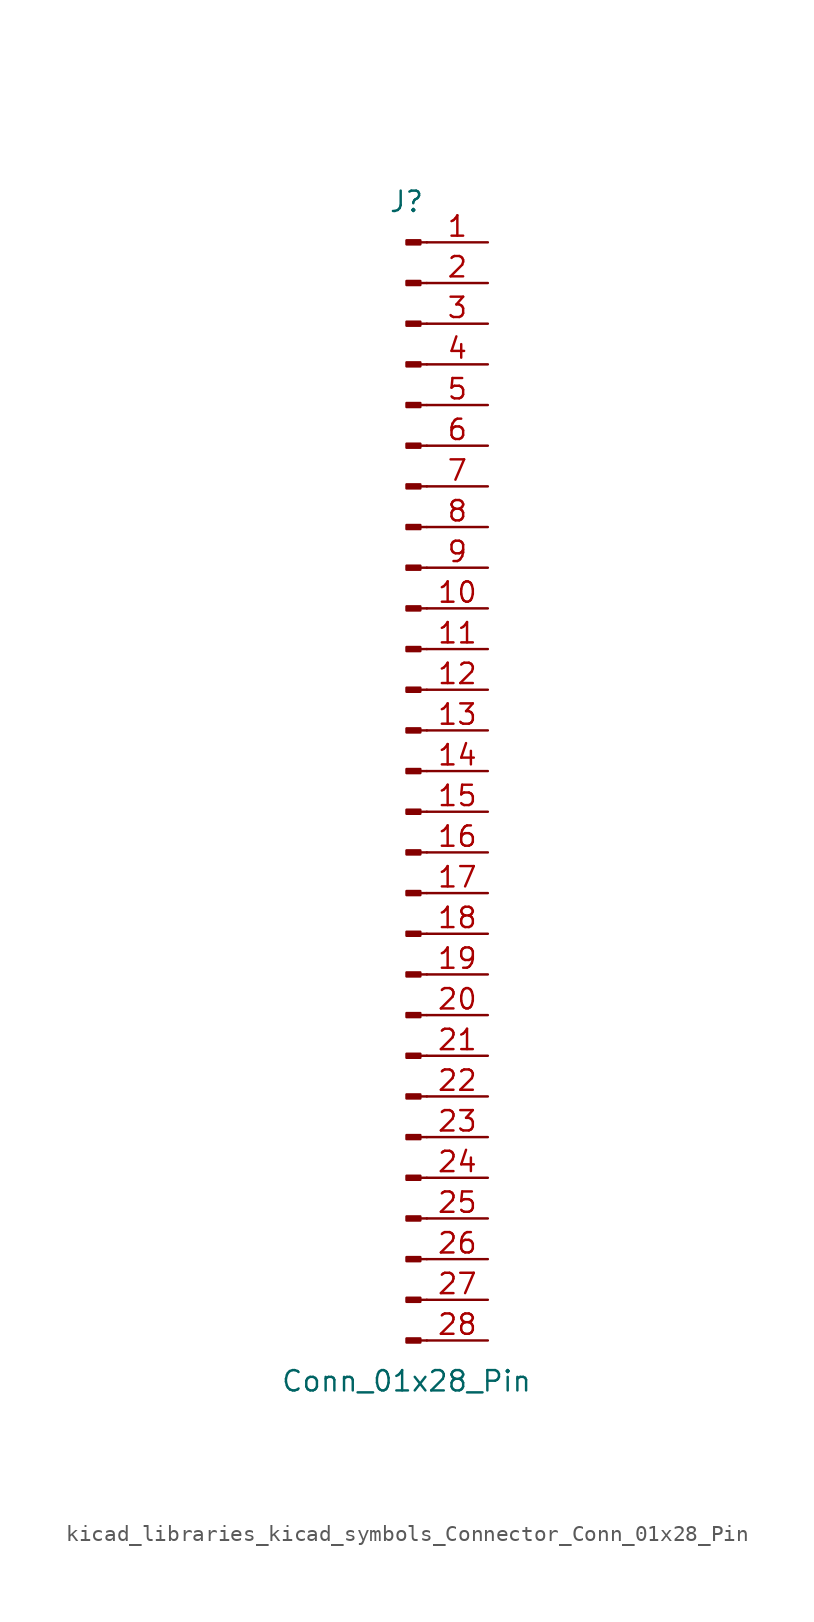
<source format=kicad_sym>
(kicad_symbol_lib
  (version 20220914)
  (generator kicad_symbol_editor)
  (symbol "kicad_libraries_kicad_symbols_Connector_Conn_01x28_Pin"
    (pin_names
      (offset 1.016) hide)
    (property "Reference" "J"
      (at 0 35.56 0)
      (effects (font (size 1.27 1.27))))
    (property "Value" "Conn_01x28_Pin"
      (at 0 -38.1 0)
      (effects (font (size 1.27 1.27))))
    (property "ki_locked" ""
      (at 0 0 0)
      (effects (font (size 1.27 1.27))))
    (symbol "kicad_libraries_kicad_symbols_Connector_Conn_01x28_Pin_1_1"
      (polyline (pts (xy 1.27 -35.56) (xy 0.864 -35.56)) (stroke (width 0.152) (type default)) (fill (type none)))
      (polyline (pts (xy 1.27 -33.02) (xy 0.864 -33.02)) (stroke (width 0.152) (type default)) (fill (type none)))
      (polyline (pts (xy 1.27 -30.48) (xy 0.864 -30.48)) (stroke (width 0.152) (type default)) (fill (type none)))
      (polyline (pts (xy 1.27 -27.94) (xy 0.864 -27.94)) (stroke (width 0.152) (type default)) (fill (type none)))
      (polyline (pts (xy 1.27 -25.4) (xy 0.864 -25.4)) (stroke (width 0.152) (type default)) (fill (type none)))
      (polyline (pts (xy 1.27 -22.86) (xy 0.864 -22.86)) (stroke (width 0.152) (type default)) (fill (type none)))
      (polyline (pts (xy 1.27 -20.32) (xy 0.864 -20.32)) (stroke (width 0.152) (type default)) (fill (type none)))
      (polyline (pts (xy 1.27 -17.78) (xy 0.864 -17.78)) (stroke (width 0.152) (type default)) (fill (type none)))
      (polyline (pts (xy 1.27 -15.24) (xy 0.864 -15.24)) (stroke (width 0.152) (type default)) (fill (type none)))
      (polyline (pts (xy 1.27 -12.7) (xy 0.864 -12.7)) (stroke (width 0.152) (type default)) (fill (type none)))
      (polyline (pts (xy 1.27 -10.16) (xy 0.864 -10.16)) (stroke (width 0.152) (type default)) (fill (type none)))
      (polyline (pts (xy 1.27 -7.62) (xy 0.864 -7.62)) (stroke (width 0.152) (type default)) (fill (type none)))
      (polyline (pts (xy 1.27 -5.08) (xy 0.864 -5.08)) (stroke (width 0.152) (type default)) (fill (type none)))
      (polyline (pts (xy 1.27 -2.54) (xy 0.864 -2.54)) (stroke (width 0.152) (type default)) (fill (type none)))
      (polyline (pts (xy 1.27 0) (xy 0.864 0)) (stroke (width 0.152) (type default)) (fill (type none)))
      (polyline (pts (xy 1.27 2.54) (xy 0.864 2.54)) (stroke (width 0.152) (type default)) (fill (type none)))
      (polyline (pts (xy 1.27 5.08) (xy 0.864 5.08)) (stroke (width 0.152) (type default)) (fill (type none)))
      (polyline (pts (xy 1.27 7.62) (xy 0.864 7.62)) (stroke (width 0.152) (type default)) (fill (type none)))
      (polyline (pts (xy 1.27 10.16) (xy 0.864 10.16)) (stroke (width 0.152) (type default)) (fill (type none)))
      (polyline (pts (xy 1.27 12.7) (xy 0.864 12.7)) (stroke (width 0.152) (type default)) (fill (type none)))
      (polyline (pts (xy 1.27 15.24) (xy 0.864 15.24)) (stroke (width 0.152) (type default)) (fill (type none)))
      (polyline (pts (xy 1.27 17.78) (xy 0.864 17.78)) (stroke (width 0.152) (type default)) (fill (type none)))
      (polyline (pts (xy 1.27 20.32) (xy 0.864 20.32)) (stroke (width 0.152) (type default)) (fill (type none)))
      (polyline (pts (xy 1.27 22.86) (xy 0.864 22.86)) (stroke (width 0.152) (type default)) (fill (type none)))
      (polyline (pts (xy 1.27 25.4) (xy 0.864 25.4)) (stroke (width 0.152) (type default)) (fill (type none)))
      (polyline (pts (xy 1.27 27.94) (xy 0.864 27.94)) (stroke (width 0.152) (type default)) (fill (type none)))
      (polyline (pts (xy 1.27 30.48) (xy 0.864 30.48)) (stroke (width 0.152) (type default)) (fill (type none)))
      (polyline (pts (xy 1.27 33.02) (xy 0.864 33.02)) (stroke (width 0.152) (type default)) (fill (type none)))
      (rectangle (start 0.864 -35.433) (end 0 -35.687) (stroke (width 0.152) (type default)) (fill (type outline)))
      (rectangle (start 0.864 -32.893) (end 0 -33.147) (stroke (width 0.152) (type default)) (fill (type outline)))
      (rectangle (start 0.864 -30.353) (end 0 -30.607) (stroke (width 0.152) (type default)) (fill (type outline)))
      (rectangle (start 0.864 -27.813) (end 0 -28.067) (stroke (width 0.152) (type default)) (fill (type outline)))
      (rectangle (start 0.864 -25.273) (end 0 -25.527) (stroke (width 0.152) (type default)) (fill (type outline)))
      (rectangle (start 0.864 -22.733) (end 0 -22.987) (stroke (width 0.152) (type default)) (fill (type outline)))
      (rectangle (start 0.864 -20.193) (end 0 -20.447) (stroke (width 0.152) (type default)) (fill (type outline)))
      (rectangle (start 0.864 -17.653) (end 0 -17.907) (stroke (width 0.152) (type default)) (fill (type outline)))
      (rectangle (start 0.864 -15.113) (end 0 -15.367) (stroke (width 0.152) (type default)) (fill (type outline)))
      (rectangle (start 0.864 -12.573) (end 0 -12.827) (stroke (width 0.152) (type default)) (fill (type outline)))
      (rectangle (start 0.864 -10.033) (end 0 -10.287) (stroke (width 0.152) (type default)) (fill (type outline)))
      (rectangle (start 0.864 -7.493) (end 0 -7.747) (stroke (width 0.152) (type default)) (fill (type outline)))
      (rectangle (start 0.864 -4.953) (end 0 -5.207) (stroke (width 0.152) (type default)) (fill (type outline)))
      (rectangle (start 0.864 -2.413) (end 0 -2.667) (stroke (width 0.152) (type default)) (fill (type outline)))
      (rectangle (start 0.864 0.127) (end 0 -0.127) (stroke (width 0.152) (type default)) (fill (type outline)))
      (rectangle (start 0.864 2.667) (end 0 2.413) (stroke (width 0.152) (type default)) (fill (type outline)))
      (rectangle (start 0.864 5.207) (end 0 4.953) (stroke (width 0.152) (type default)) (fill (type outline)))
      (rectangle (start 0.864 7.747) (end 0 7.493) (stroke (width 0.152) (type default)) (fill (type outline)))
      (rectangle (start 0.864 10.287) (end 0 10.033) (stroke (width 0.152) (type default)) (fill (type outline)))
      (rectangle (start 0.864 12.827) (end 0 12.573) (stroke (width 0.152) (type default)) (fill (type outline)))
      (rectangle (start 0.864 15.367) (end 0 15.113) (stroke (width 0.152) (type default)) (fill (type outline)))
      (rectangle (start 0.864 17.907) (end 0 17.653) (stroke (width 0.152) (type default)) (fill (type outline)))
      (rectangle (start 0.864 20.447) (end 0 20.193) (stroke (width 0.152) (type default)) (fill (type outline)))
      (rectangle (start 0.864 22.987) (end 0 22.733) (stroke (width 0.152) (type default)) (fill (type outline)))
      (rectangle (start 0.864 25.527) (end 0 25.273) (stroke (width 0.152) (type default)) (fill (type outline)))
      (rectangle (start 0.864 28.067) (end 0 27.813) (stroke (width 0.152) (type default)) (fill (type outline)))
      (rectangle (start 0.864 30.607) (end 0 30.353) (stroke (width 0.152) (type default)) (fill (type outline)))
      (rectangle (start 0.864 33.147) (end 0 32.893) (stroke (width 0.152) (type default)) (fill (type outline)))
      (pin passive line (at 5.08 33.02 180) (length 3.81) (name "Pin_1" (effects (font (size 1.27 1.27)))) (number "1" (effects (font (size 1.27 1.27)))))
      (pin passive line (at 5.08 10.16 180) (length 3.81) (name "Pin_10" (effects (font (size 1.27 1.27)))) (number "10" (effects (font (size 1.27 1.27)))))
      (pin passive line (at 5.08 7.62 180) (length 3.81) (name "Pin_11" (effects (font (size 1.27 1.27)))) (number "11" (effects (font (size 1.27 1.27)))))
      (pin passive line (at 5.08 5.08 180) (length 3.81) (name "Pin_12" (effects (font (size 1.27 1.27)))) (number "12" (effects (font (size 1.27 1.27)))))
      (pin passive line (at 5.08 2.54 180) (length 3.81) (name "Pin_13" (effects (font (size 1.27 1.27)))) (number "13" (effects (font (size 1.27 1.27)))))
      (pin passive line (at 5.08 0 180) (length 3.81) (name "Pin_14" (effects (font (size 1.27 1.27)))) (number "14" (effects (font (size 1.27 1.27)))))
      (pin passive line (at 5.08 -2.54 180) (length 3.81) (name "Pin_15" (effects (font (size 1.27 1.27)))) (number "15" (effects (font (size 1.27 1.27)))))
      (pin passive line (at 5.08 -5.08 180) (length 3.81) (name "Pin_16" (effects (font (size 1.27 1.27)))) (number "16" (effects (font (size 1.27 1.27)))))
      (pin passive line (at 5.08 -7.62 180) (length 3.81) (name "Pin_17" (effects (font (size 1.27 1.27)))) (number "17" (effects (font (size 1.27 1.27)))))
      (pin passive line (at 5.08 -10.16 180) (length 3.81) (name "Pin_18" (effects (font (size 1.27 1.27)))) (number "18" (effects (font (size 1.27 1.27)))))
      (pin passive line (at 5.08 -12.7 180) (length 3.81) (name "Pin_19" (effects (font (size 1.27 1.27)))) (number "19" (effects (font (size 1.27 1.27)))))
      (pin passive line (at 5.08 30.48 180) (length 3.81) (name "Pin_2" (effects (font (size 1.27 1.27)))) (number "2" (effects (font (size 1.27 1.27)))))
      (pin passive line (at 5.08 -15.24 180) (length 3.81) (name "Pin_20" (effects (font (size 1.27 1.27)))) (number "20" (effects (font (size 1.27 1.27)))))
      (pin passive line (at 5.08 -17.78 180) (length 3.81) (name "Pin_21" (effects (font (size 1.27 1.27)))) (number "21" (effects (font (size 1.27 1.27)))))
      (pin passive line (at 5.08 -20.32 180) (length 3.81) (name "Pin_22" (effects (font (size 1.27 1.27)))) (number "22" (effects (font (size 1.27 1.27)))))
      (pin passive line (at 5.08 -22.86 180) (length 3.81) (name "Pin_23" (effects (font (size 1.27 1.27)))) (number "23" (effects (font (size 1.27 1.27)))))
      (pin passive line (at 5.08 -25.4 180) (length 3.81) (name "Pin_24" (effects (font (size 1.27 1.27)))) (number "24" (effects (font (size 1.27 1.27)))))
      (pin passive line (at 5.08 -27.94 180) (length 3.81) (name "Pin_25" (effects (font (size 1.27 1.27)))) (number "25" (effects (font (size 1.27 1.27)))))
      (pin passive line (at 5.08 -30.48 180) (length 3.81) (name "Pin_26" (effects (font (size 1.27 1.27)))) (number "26" (effects (font (size 1.27 1.27)))))
      (pin passive line (at 5.08 -33.02 180) (length 3.81) (name "Pin_27" (effects (font (size 1.27 1.27)))) (number "27" (effects (font (size 1.27 1.27)))))
      (pin passive line (at 5.08 -35.56 180) (length 3.81) (name "Pin_28" (effects (font (size 1.27 1.27)))) (number "28" (effects (font (size 1.27 1.27)))))
      (pin passive line (at 5.08 27.94 180) (length 3.81) (name "Pin_3" (effects (font (size 1.27 1.27)))) (number "3" (effects (font (size 1.27 1.27)))))
      (pin passive line (at 5.08 25.4 180) (length 3.81) (name "Pin_4" (effects (font (size 1.27 1.27)))) (number "4" (effects (font (size 1.27 1.27)))))
      (pin passive line (at 5.08 22.86 180) (length 3.81) (name "Pin_5" (effects (font (size 1.27 1.27)))) (number "5" (effects (font (size 1.27 1.27)))))
      (pin passive line (at 5.08 20.32 180) (length 3.81) (name "Pin_6" (effects (font (size 1.27 1.27)))) (number "6" (effects (font (size 1.27 1.27)))))
      (pin passive line (at 5.08 17.78 180) (length 3.81) (name "Pin_7" (effects (font (size 1.27 1.27)))) (number "7" (effects (font (size 1.27 1.27)))))
      (pin passive line (at 5.08 15.24 180) (length 3.81) (name "Pin_8" (effects (font (size 1.27 1.27)))) (number "8" (effects (font (size 1.27 1.27)))))
      (pin passive line (at 5.08 12.7 180) (length 3.81) (name "Pin_9" (effects (font (size 1.27 1.27)))) (number "9" (effects (font (size 1.27 1.27))))))))
</source>
